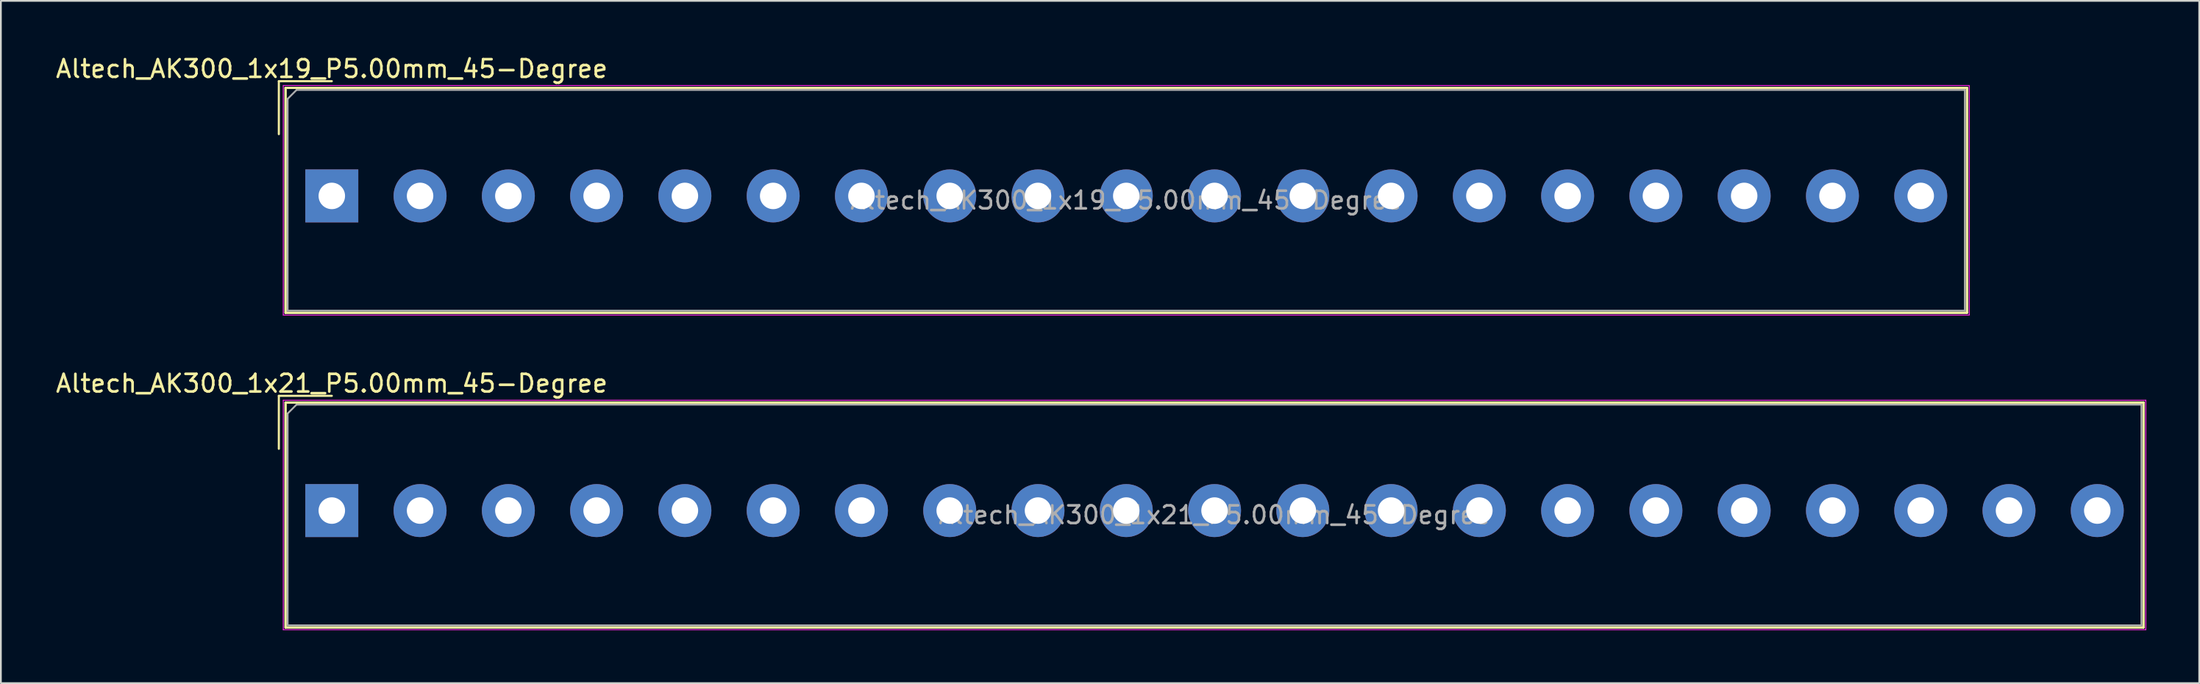
<source format=kicad_pcb>
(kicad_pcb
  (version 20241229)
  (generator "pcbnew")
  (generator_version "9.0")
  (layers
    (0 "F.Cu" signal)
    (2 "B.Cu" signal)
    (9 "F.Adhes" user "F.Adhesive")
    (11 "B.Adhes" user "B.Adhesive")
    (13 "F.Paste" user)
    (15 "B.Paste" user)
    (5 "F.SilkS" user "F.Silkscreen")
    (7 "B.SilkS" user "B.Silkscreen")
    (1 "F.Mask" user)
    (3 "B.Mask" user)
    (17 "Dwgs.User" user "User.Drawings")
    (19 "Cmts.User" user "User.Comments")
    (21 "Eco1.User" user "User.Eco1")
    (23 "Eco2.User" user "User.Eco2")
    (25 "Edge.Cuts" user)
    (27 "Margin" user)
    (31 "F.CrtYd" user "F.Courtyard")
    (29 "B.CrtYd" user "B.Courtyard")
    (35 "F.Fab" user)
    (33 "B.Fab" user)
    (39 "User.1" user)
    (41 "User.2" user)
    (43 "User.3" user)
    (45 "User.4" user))
  (footprint "Altech_AK300_1x19_P5.00mm_45-Degree"
    (layer "F.Cu")
    (at 15.744 8.048)
    (property "Reference" "Altech_AK300_1x19_P5.00mm_45-Degree" (at 0 -7.2 0) (layer "F.SilkS") (effects (font (size 1 1) (thickness 0.15))))
    (attr through_hole)
    (fp_line (start -3 -6.5) (end 0 -6.5) (stroke (width 0.12) (type solid)) (layer "F.SilkS"))
    (fp_line (start -3 -3.5) (end -3 -6.5) (stroke (width 0.12) (type solid)) (layer "F.SilkS"))
    (fp_line (start -2.62 -6.12) (end -2.62 6.62) (stroke (width 0.12) (type solid)) (layer "F.SilkS"))
    (fp_line (start -2.62 -6.12) (end -2.62 6.62) (stroke (width 0.12) (type solid)) (layer "F.SilkS"))
    (fp_line (start -2.62 -6.12) (end 92.62 -6.12) (stroke (width 0.12) (type solid)) (layer "F.SilkS"))
    (fp_line (start -2.62 -6.12) (end 92.62 -6.12) (stroke (width 0.12) (type solid)) (layer "F.SilkS"))
    (fp_line (start -2.62 6.62) (end 92.62 6.62) (stroke (width 0.12) (type solid)) (layer "F.SilkS"))
    (fp_line (start -2.62 6.62) (end 92.62 6.62) (stroke (width 0.12) (type solid)) (layer "F.SilkS"))
    (fp_line (start 92.62 -6.12) (end 92.62 6.62) (stroke (width 0.12) (type solid)) (layer "F.SilkS"))
    (fp_line (start 92.62 -6.12) (end 92.62 6.62) (stroke (width 0.12) (type solid)) (layer "F.SilkS"))
    (fp_line (start -2.75 -6.25) (end -2.75 6.75) (stroke (width 0.05) (type solid)) (layer "F.CrtYd"))
    (fp_line (start -2.75 -6.25) (end 92.75 -6.25) (stroke (width 0.05) (type solid)) (layer "F.CrtYd"))
    (fp_line (start -2.75 6.75) (end 92.75 6.75) (stroke (width 0.05) (type solid)) (layer "F.CrtYd"))
    (fp_line (start 92.75 -6.25) (end 92.75 6.75) (stroke (width 0.05) (type solid)) (layer "F.CrtYd"))
    (fp_line (start -2.5 -5.5) (end -2 -6) (stroke (width 0.1) (type solid)) (layer "F.Fab"))
    (fp_line (start -2.5 6.5) (end -2.5 -5.5) (stroke (width 0.1) (type solid)) (layer "F.Fab"))
    (fp_line (start -2 -6) (end 92.5 -6) (stroke (width 0.1) (type solid)) (layer "F.Fab"))
    (fp_line (start 92.5 -6) (end 92.5 6.5) (stroke (width 0.1) (type solid)) (layer "F.Fab"))
    (fp_line (start 92.5 6.5) (end -2.5 6.5) (stroke (width 0.1) (type solid)) (layer "F.Fab"))
    (fp_text user "${REFERENCE}" (at 45 0.25 0) (layer "F.Fab") (effects (font (size 1 1) (thickness 0.15))))
    (pad "1" thru_hole rect (at 0 0) (size 3 3) (drill 1.5) (layers "*.Cu" "*.Mask"))
    (pad "2" thru_hole circle (at 5 0) (size 3 3) (drill 1.5) (layers "*.Cu" "*.Mask"))
    (pad "3" thru_hole circle (at 10 0) (size 3 3) (drill 1.5) (layers "*.Cu" "*.Mask"))
    (pad "4" thru_hole circle (at 15 0) (size 3 3) (drill 1.5) (layers "*.Cu" "*.Mask"))
    (pad "5" thru_hole circle (at 20 0) (size 3 3) (drill 1.5) (layers "*.Cu" "*.Mask"))
    (pad "6" thru_hole circle (at 25 0) (size 3 3) (drill 1.5) (layers "*.Cu" "*.Mask"))
    (pad "7" thru_hole circle (at 30 0) (size 3 3) (drill 1.5) (layers "*.Cu" "*.Mask"))
    (pad "8" thru_hole circle (at 35 0) (size 3 3) (drill 1.5) (layers "*.Cu" "*.Mask"))
    (pad "9" thru_hole circle (at 40 0) (size 3 3) (drill 1.5) (layers "*.Cu" "*.Mask"))
    (pad "10" thru_hole circle (at 45 0) (size 3 3) (drill 1.5) (layers "*.Cu" "*.Mask"))
    (pad "11" thru_hole circle (at 50 0) (size 3 3) (drill 1.5) (layers "*.Cu" "*.Mask"))
    (pad "12" thru_hole circle (at 55 0) (size 3 3) (drill 1.5) (layers "*.Cu" "*.Mask"))
    (pad "13" thru_hole circle (at 60 0) (size 3 3) (drill 1.5) (layers "*.Cu" "*.Mask"))
    (pad "14" thru_hole circle (at 65 0) (size 3 3) (drill 1.5) (layers "*.Cu" "*.Mask"))
    (pad "15" thru_hole circle (at 70 0) (size 3 3) (drill 1.5) (layers "*.Cu" "*.Mask"))
    (pad "16" thru_hole circle (at 75 0) (size 3 3) (drill 1.5) (layers "*.Cu" "*.Mask"))
    (pad "17" thru_hole circle (at 80 0) (size 3 3) (drill 1.5) (layers "*.Cu" "*.Mask"))
    (pad "18" thru_hole circle (at 85 0) (size 3 3) (drill 1.5) (layers "*.Cu" "*.Mask"))
    (pad "19" thru_hole circle (at 90 0) (size 3 3) (drill 1.5) (layers "*.Cu" "*.Mask")))
  (footprint "Altech_AK300_1x21_P5.00mm_45-Degree"
    (layer "F.Cu")
    (at 15.744 25.872)
    (property "Reference" "Altech_AK300_1x21_P5.00mm_45-Degree" (at 0 -7.2 0) (layer "F.SilkS") (effects (font (size 1 1) (thickness 0.15))))
    (attr through_hole)
    (fp_line (start -3 -6.5) (end 0 -6.5) (stroke (width 0.12) (type solid)) (layer "F.SilkS"))
    (fp_line (start -3 -3.5) (end -3 -6.5) (stroke (width 0.12) (type solid)) (layer "F.SilkS"))
    (fp_line (start -2.62 -6.12) (end -2.62 6.62) (stroke (width 0.12) (type solid)) (layer "F.SilkS"))
    (fp_line (start -2.62 -6.12) (end -2.62 6.62) (stroke (width 0.12) (type solid)) (layer "F.SilkS"))
    (fp_line (start -2.62 -6.12) (end 102.62 -6.12) (stroke (width 0.12) (type solid)) (layer "F.SilkS"))
    (fp_line (start -2.62 -6.12) (end 102.62 -6.12) (stroke (width 0.12) (type solid)) (layer "F.SilkS"))
    (fp_line (start -2.62 6.62) (end 102.62 6.62) (stroke (width 0.12) (type solid)) (layer "F.SilkS"))
    (fp_line (start -2.62 6.62) (end 102.62 6.62) (stroke (width 0.12) (type solid)) (layer "F.SilkS"))
    (fp_line (start 102.62 -6.12) (end 102.62 6.62) (stroke (width 0.12) (type solid)) (layer "F.SilkS"))
    (fp_line (start 102.62 -6.12) (end 102.62 6.62) (stroke (width 0.12) (type solid)) (layer "F.SilkS"))
    (fp_line (start -2.75 -6.25) (end -2.75 6.75) (stroke (width 0.05) (type solid)) (layer "F.CrtYd"))
    (fp_line (start -2.75 -6.25) (end 102.75 -6.25) (stroke (width 0.05) (type solid)) (layer "F.CrtYd"))
    (fp_line (start -2.75 6.75) (end 102.75 6.75) (stroke (width 0.05) (type solid)) (layer "F.CrtYd"))
    (fp_line (start 102.75 -6.25) (end 102.75 6.75) (stroke (width 0.05) (type solid)) (layer "F.CrtYd"))
    (fp_line (start -2.5 -5.5) (end -2 -6) (stroke (width 0.1) (type solid)) (layer "F.Fab"))
    (fp_line (start -2.5 6.5) (end -2.5 -5.5) (stroke (width 0.1) (type solid)) (layer "F.Fab"))
    (fp_line (start -2 -6) (end 102.5 -6) (stroke (width 0.1) (type solid)) (layer "F.Fab"))
    (fp_line (start 102.5 -6) (end 102.5 6.5) (stroke (width 0.1) (type solid)) (layer "F.Fab"))
    (fp_line (start 102.5 6.5) (end -2.5 6.5) (stroke (width 0.1) (type solid)) (layer "F.Fab"))
    (fp_text user "${REFERENCE}" (at 50 0.25 0) (layer "F.Fab") (effects (font (size 1 1) (thickness 0.15))))
    (pad "1" thru_hole rect (at 0 0) (size 3 3) (drill 1.5) (layers "*.Cu" "*.Mask"))
    (pad "2" thru_hole circle (at 5 0) (size 3 3) (drill 1.5) (layers "*.Cu" "*.Mask"))
    (pad "3" thru_hole circle (at 10 0) (size 3 3) (drill 1.5) (layers "*.Cu" "*.Mask"))
    (pad "4" thru_hole circle (at 15 0) (size 3 3) (drill 1.5) (layers "*.Cu" "*.Mask"))
    (pad "5" thru_hole circle (at 20 0) (size 3 3) (drill 1.5) (layers "*.Cu" "*.Mask"))
    (pad "6" thru_hole circle (at 25 0) (size 3 3) (drill 1.5) (layers "*.Cu" "*.Mask"))
    (pad "7" thru_hole circle (at 30 0) (size 3 3) (drill 1.5) (layers "*.Cu" "*.Mask"))
    (pad "8" thru_hole circle (at 35 0) (size 3 3) (drill 1.5) (layers "*.Cu" "*.Mask"))
    (pad "9" thru_hole circle (at 40 0) (size 3 3) (drill 1.5) (layers "*.Cu" "*.Mask"))
    (pad "10" thru_hole circle (at 45 0) (size 3 3) (drill 1.5) (layers "*.Cu" "*.Mask"))
    (pad "11" thru_hole circle (at 50 0) (size 3 3) (drill 1.5) (layers "*.Cu" "*.Mask"))
    (pad "12" thru_hole circle (at 55 0) (size 3 3) (drill 1.5) (layers "*.Cu" "*.Mask"))
    (pad "13" thru_hole circle (at 60 0) (size 3 3) (drill 1.5) (layers "*.Cu" "*.Mask"))
    (pad "14" thru_hole circle (at 65 0) (size 3 3) (drill 1.5) (layers "*.Cu" "*.Mask"))
    (pad "15" thru_hole circle (at 70 0) (size 3 3) (drill 1.5) (layers "*.Cu" "*.Mask"))
    (pad "16" thru_hole circle (at 75 0) (size 3 3) (drill 1.5) (layers "*.Cu" "*.Mask"))
    (pad "17" thru_hole circle (at 80 0) (size 3 3) (drill 1.5) (layers "*.Cu" "*.Mask"))
    (pad "18" thru_hole circle (at 85 0) (size 3 3) (drill 1.5) (layers "*.Cu" "*.Mask"))
    (pad "19" thru_hole circle (at 90 0) (size 3 3) (drill 1.5) (layers "*.Cu" "*.Mask"))
    (pad "20" thru_hole circle (at 95 0) (size 3 3) (drill 1.5) (layers "*.Cu" "*.Mask"))
    (pad "21" thru_hole circle (at 100 0) (size 3 3) (drill 1.5) (layers "*.Cu" "*.Mask")))
  (gr_rect
    (start -3 -3)
    (end 121.519 35.647)
    (stroke (width 0.1) (type default))
    (fill no)
    (layer "Edge.Cuts")))
</source>
